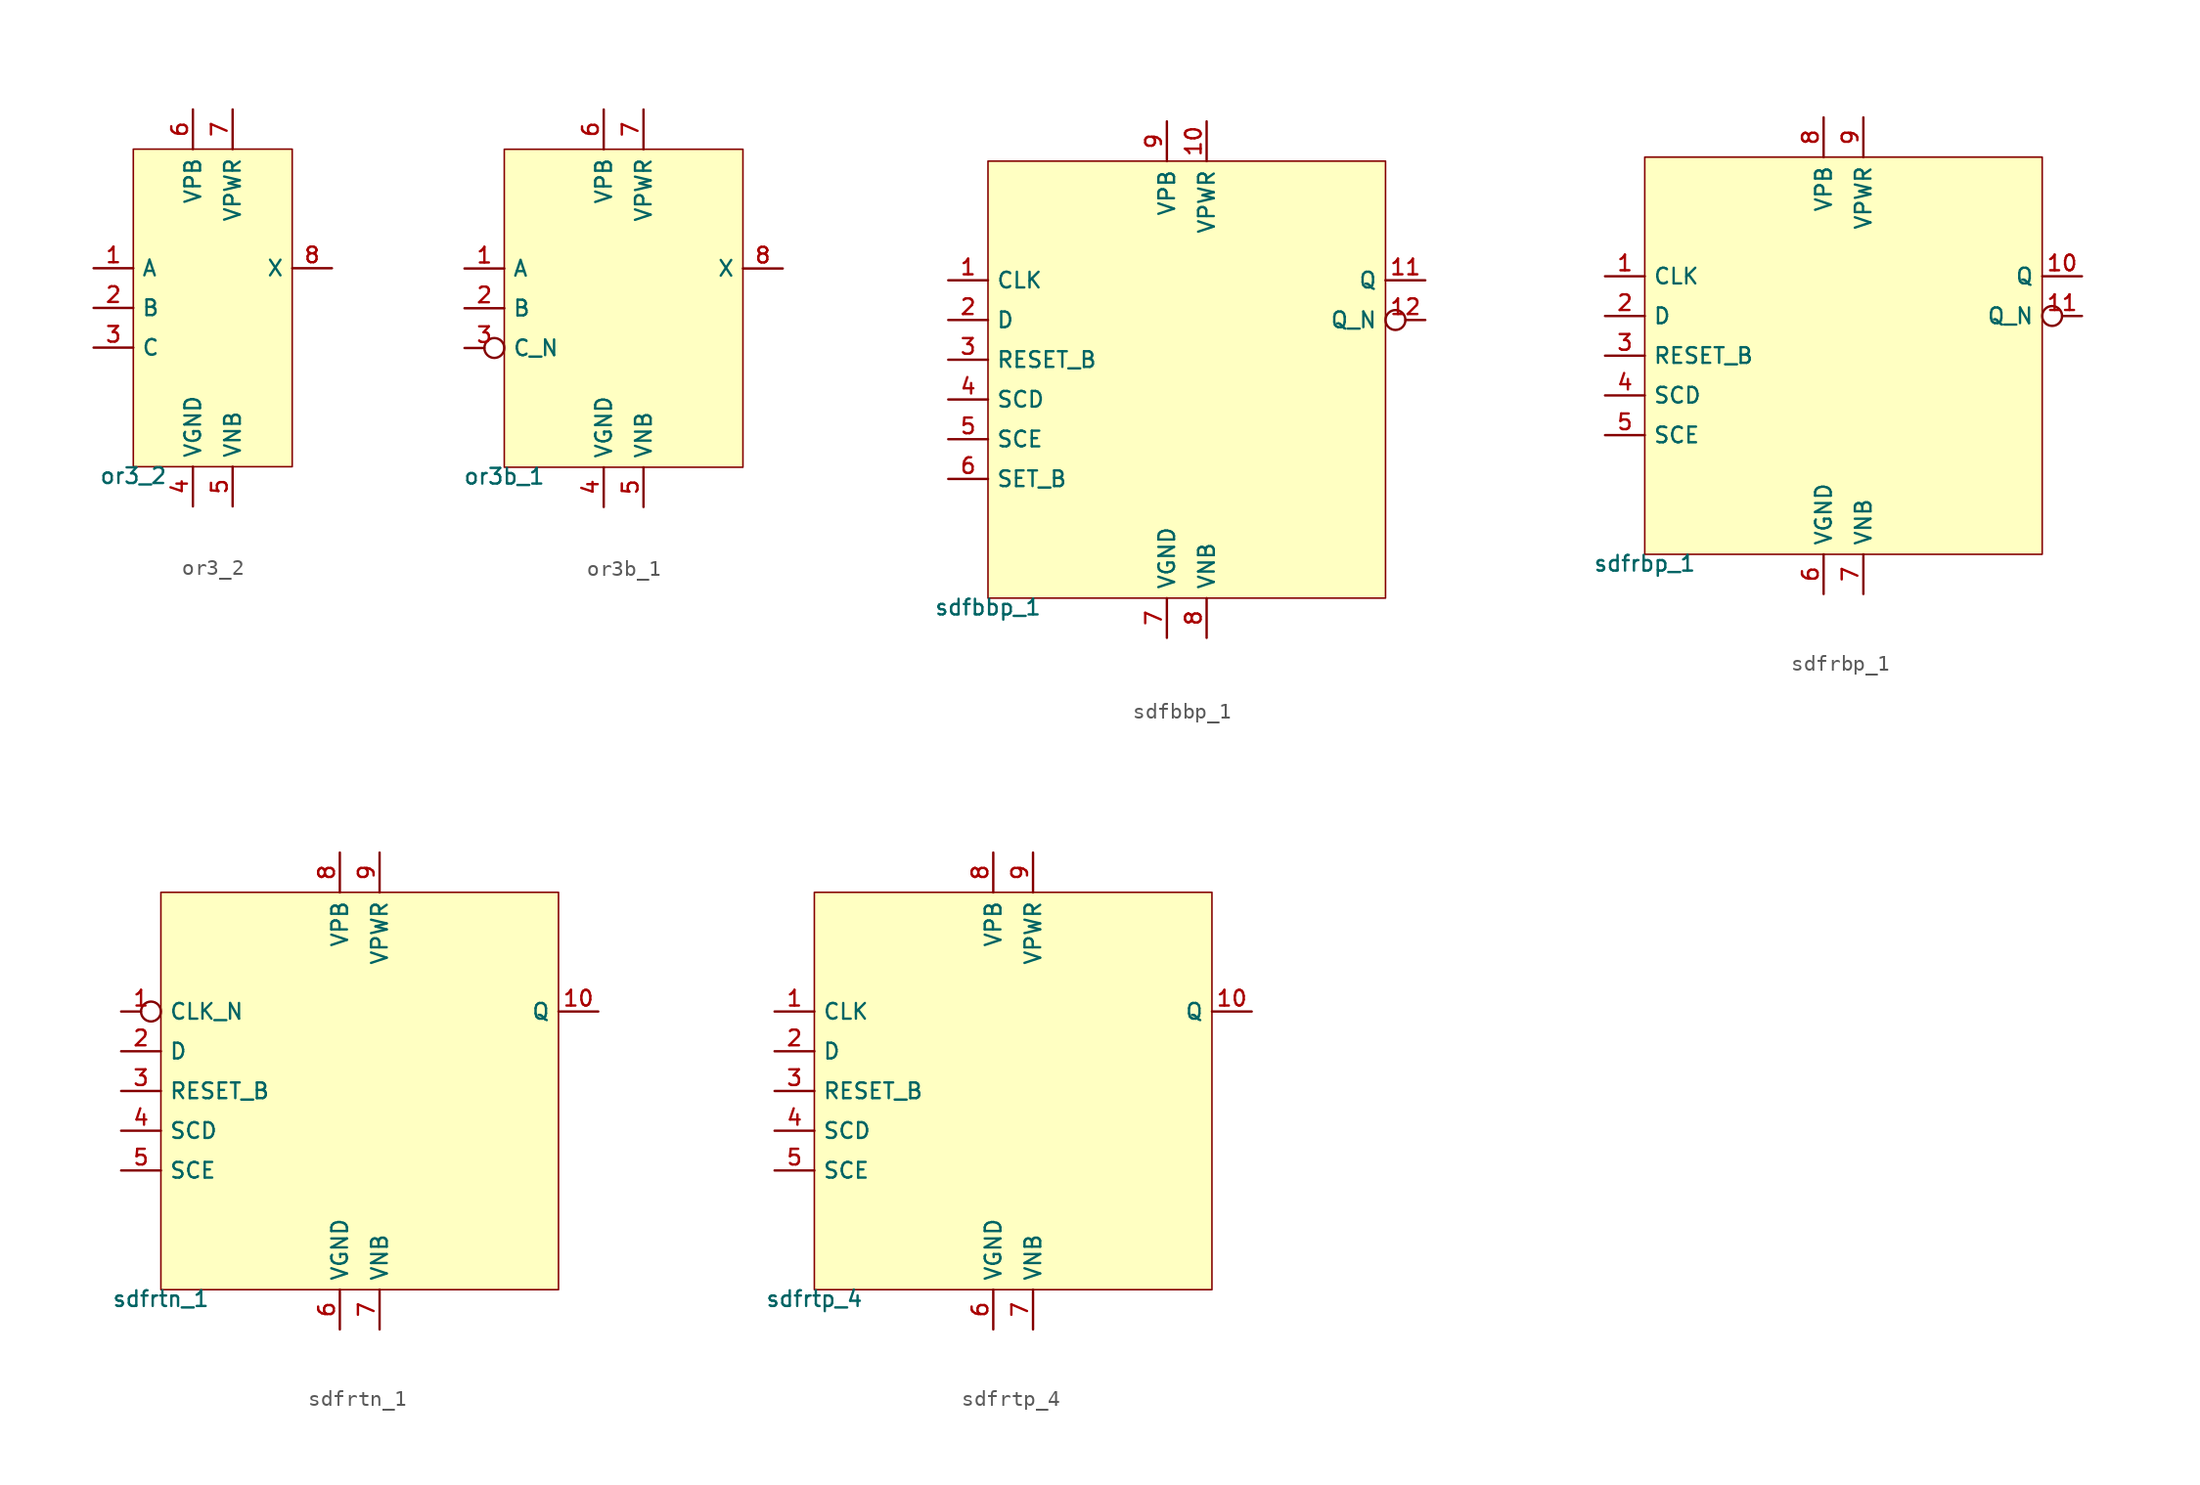
<source format=kicad_sym>
(kicad_symbol_lib
  (version 20211014)
  (generator pdk2kicad)
  (symbol "or3_2"
    (property "Reference" "X"
      (at 0 0 0)
      (effects (font (size 1 1)) hide))
    (property "Value" "or3_2"
      (at -5.08 -10.16 0)
      (effects (font (size 1 1)) (justify top)))
    (rectangle
      (start -5.08 -10.16)
      (end 5.08 10.16)
      (stroke (width 0.1) (type solid) (color 0 0 0 0))
      (fill (type background)))
    (pin input line
      (at -7.62 2.54 0)
      (length 2.54)
      (name "A" (effects (font (size 1 1)) hide))
      (number "1" (effects (font (size 1 1)) hide)))
    (pin input line
      (at -7.62 0.0 0)
      (length 2.54)
      (name "B" (effects (font (size 1 1)) hide))
      (number "2" (effects (font (size 1 1)) hide)))
    (pin input line
      (at -7.62 -2.54 0)
      (length 2.54)
      (name "C" (effects (font (size 1 1)) hide))
      (number "3" (effects (font (size 1 1)) hide)))
    (pin power_in line
      (at -1.27 -12.7 90)
      (length 2.54)
      (name "VGND" (effects (font (size 1 1)) hide))
      (number "4" (effects (font (size 1 1)) hide)))
    (pin power_in line
      (at 1.27 -12.7 90)
      (length 2.54)
      (name "VNB" (effects (font (size 1 1)) hide))
      (number "5" (effects (font (size 1 1)) hide)))
    (pin power_in line
      (at -1.27 12.7 270)
      (length 2.54)
      (name "VPB" (effects (font (size 1 1)) hide))
      (number "6" (effects (font (size 1 1)) hide)))
    (pin power_in line
      (at 1.27 12.7 270)
      (length 2.54)
      (name "VPWR" (effects (font (size 1 1)) hide))
      (number "7" (effects (font (size 1 1)) hide)))
    (pin output line
      (at 7.62 2.54 180)
      (length 2.54)
      (name "X" (effects (font (size 1 1)) hide))
      (number "8" (effects (font (size 1 1)) hide))))
  (symbol "or3b_1"
    (property "Reference" "X"
      (at 0 0 0)
      (effects (font (size 1 1)) hide))
    (property "Value" "or3b_1"
      (at -7.62 -10.16 0)
      (effects (font (size 1 1)) (justify top)))
    (rectangle
      (start -7.62 -10.16)
      (end 7.62 10.16)
      (stroke (width 0.1) (type solid) (color 0 0 0 0))
      (fill (type background)))
    (pin input line
      (at -10.16 2.54 0)
      (length 2.54)
      (name "A" (effects (font (size 1 1)) hide))
      (number "1" (effects (font (size 1 1)) hide)))
    (pin input line
      (at -10.16 0.0 0)
      (length 2.54)
      (name "B" (effects (font (size 1 1)) hide))
      (number "2" (effects (font (size 1 1)) hide)))
    (pin input inverted
      (at -10.16 -2.54 0)
      (length 2.54)
      (name "C_N" (effects (font (size 1 1)) hide))
      (number "3" (effects (font (size 1 1)) hide)))
    (pin power_in line
      (at -1.27 -12.7 90)
      (length 2.54)
      (name "VGND" (effects (font (size 1 1)) hide))
      (number "4" (effects (font (size 1 1)) hide)))
    (pin power_in line
      (at 1.27 -12.7 90)
      (length 2.54)
      (name "VNB" (effects (font (size 1 1)) hide))
      (number "5" (effects (font (size 1 1)) hide)))
    (pin power_in line
      (at -1.27 12.7 270)
      (length 2.54)
      (name "VPB" (effects (font (size 1 1)) hide))
      (number "6" (effects (font (size 1 1)) hide)))
    (pin power_in line
      (at 1.27 12.7 270)
      (length 2.54)
      (name "VPWR" (effects (font (size 1 1)) hide))
      (number "7" (effects (font (size 1 1)) hide)))
    (pin output line
      (at 10.16 2.54 180)
      (length 2.54)
      (name "X" (effects (font (size 1 1)) hide))
      (number "8" (effects (font (size 1 1)) hide))))
  (symbol "sdfbbp_1"
    (property "Reference" "X"
      (at 0 0 0)
      (effects (font (size 1 1)) hide))
    (property "Value" "sdfbbp_1"
      (at -12.7 -13.97 0)
      (effects (font (size 1 1)) (justify top)))
    (rectangle
      (start -12.7 -13.97)
      (end 12.7 13.97)
      (stroke (width 0.1) (type solid) (color 0 0 0 0))
      (fill (type background)))
    (pin input line
      (at -15.24 6.35 0)
      (length 2.54)
      (name "CLK" (effects (font (size 1 1)) hide))
      (number "1" (effects (font (size 1 1)) hide)))
    (pin input line
      (at -15.24 3.81 0)
      (length 2.54)
      (name "D" (effects (font (size 1 1)) hide))
      (number "2" (effects (font (size 1 1)) hide)))
    (pin input line
      (at -15.24 1.27 0)
      (length 2.54)
      (name "RESET_B" (effects (font (size 1 1)) hide))
      (number "3" (effects (font (size 1 1)) hide)))
    (pin input line
      (at -15.24 -1.27 0)
      (length 2.54)
      (name "SCD" (effects (font (size 1 1)) hide))
      (number "4" (effects (font (size 1 1)) hide)))
    (pin input line
      (at -15.24 -3.81 0)
      (length 2.54)
      (name "SCE" (effects (font (size 1 1)) hide))
      (number "5" (effects (font (size 1 1)) hide)))
    (pin input line
      (at -15.24 -6.35 0)
      (length 2.54)
      (name "SET_B" (effects (font (size 1 1)) hide))
      (number "6" (effects (font (size 1 1)) hide)))
    (pin power_in line
      (at -1.27 -16.51 90)
      (length 2.54)
      (name "VGND" (effects (font (size 1 1)) hide))
      (number "7" (effects (font (size 1 1)) hide)))
    (pin power_in line
      (at 1.27 -16.51 90)
      (length 2.54)
      (name "VNB" (effects (font (size 1 1)) hide))
      (number "8" (effects (font (size 1 1)) hide)))
    (pin power_in line
      (at -1.27 16.51 270)
      (length 2.54)
      (name "VPB" (effects (font (size 1 1)) hide))
      (number "9" (effects (font (size 1 1)) hide)))
    (pin power_in line
      (at 1.27 16.51 270)
      (length 2.54)
      (name "VPWR" (effects (font (size 1 1)) hide))
      (number "10" (effects (font (size 1 1)) hide)))
    (pin output line
      (at 15.24 6.35 180)
      (length 2.54)
      (name "Q" (effects (font (size 1 1)) hide))
      (number "11" (effects (font (size 1 1)) hide)))
    (pin output inverted
      (at 15.24 3.81 180)
      (length 2.54)
      (name "Q_N" (effects (font (size 1 1)) hide))
      (number "12" (effects (font (size 1 1)) hide))))
  (symbol "sdfrbp_1"
    (property "Reference" "X"
      (at 0 0 0)
      (effects (font (size 1 1)) hide))
    (property "Value" "sdfrbp_1"
      (at -12.7 -12.7 0)
      (effects (font (size 1 1)) (justify top)))
    (rectangle
      (start -12.7 -12.7)
      (end 12.7 12.7)
      (stroke (width 0.1) (type solid) (color 0 0 0 0))
      (fill (type background)))
    (pin input line
      (at -15.24 5.08 0)
      (length 2.54)
      (name "CLK" (effects (font (size 1 1)) hide))
      (number "1" (effects (font (size 1 1)) hide)))
    (pin input line
      (at -15.24 2.54 0)
      (length 2.54)
      (name "D" (effects (font (size 1 1)) hide))
      (number "2" (effects (font (size 1 1)) hide)))
    (pin input line
      (at -15.24 -8.881784197001252e-16 0)
      (length 2.54)
      (name "RESET_B" (effects (font (size 1 1)) hide))
      (number "3" (effects (font (size 1 1)) hide)))
    (pin input line
      (at -15.24 -2.54 0)
      (length 2.54)
      (name "SCD" (effects (font (size 1 1)) hide))
      (number "4" (effects (font (size 1 1)) hide)))
    (pin input line
      (at -15.24 -5.08 0)
      (length 2.54)
      (name "SCE" (effects (font (size 1 1)) hide))
      (number "5" (effects (font (size 1 1)) hide)))
    (pin power_in line
      (at -1.27 -15.24 90)
      (length 2.54)
      (name "VGND" (effects (font (size 1 1)) hide))
      (number "6" (effects (font (size 1 1)) hide)))
    (pin power_in line
      (at 1.27 -15.24 90)
      (length 2.54)
      (name "VNB" (effects (font (size 1 1)) hide))
      (number "7" (effects (font (size 1 1)) hide)))
    (pin power_in line
      (at -1.27 15.24 270)
      (length 2.54)
      (name "VPB" (effects (font (size 1 1)) hide))
      (number "8" (effects (font (size 1 1)) hide)))
    (pin power_in line
      (at 1.27 15.24 270)
      (length 2.54)
      (name "VPWR" (effects (font (size 1 1)) hide))
      (number "9" (effects (font (size 1 1)) hide)))
    (pin output line
      (at 15.24 5.08 180)
      (length 2.54)
      (name "Q" (effects (font (size 1 1)) hide))
      (number "10" (effects (font (size 1 1)) hide)))
    (pin output inverted
      (at 15.24 2.54 180)
      (length 2.54)
      (name "Q_N" (effects (font (size 1 1)) hide))
      (number "11" (effects (font (size 1 1)) hide))))
  (symbol "sdfrtn_1"
    (property "Reference" "X"
      (at 0 0 0)
      (effects (font (size 1 1)) hide))
    (property "Value" "sdfrtn_1"
      (at -12.7 -12.7 0)
      (effects (font (size 1 1)) (justify top)))
    (rectangle
      (start -12.7 -12.7)
      (end 12.7 12.7)
      (stroke (width 0.1) (type solid) (color 0 0 0 0))
      (fill (type background)))
    (pin input inverted
      (at -15.24 5.08 0)
      (length 2.54)
      (name "CLK_N" (effects (font (size 1 1)) hide))
      (number "1" (effects (font (size 1 1)) hide)))
    (pin input line
      (at -15.24 2.54 0)
      (length 2.54)
      (name "D" (effects (font (size 1 1)) hide))
      (number "2" (effects (font (size 1 1)) hide)))
    (pin input line
      (at -15.24 -8.881784197001252e-16 0)
      (length 2.54)
      (name "RESET_B" (effects (font (size 1 1)) hide))
      (number "3" (effects (font (size 1 1)) hide)))
    (pin input line
      (at -15.24 -2.54 0)
      (length 2.54)
      (name "SCD" (effects (font (size 1 1)) hide))
      (number "4" (effects (font (size 1 1)) hide)))
    (pin input line
      (at -15.24 -5.08 0)
      (length 2.54)
      (name "SCE" (effects (font (size 1 1)) hide))
      (number "5" (effects (font (size 1 1)) hide)))
    (pin power_in line
      (at -1.27 -15.24 90)
      (length 2.54)
      (name "VGND" (effects (font (size 1 1)) hide))
      (number "6" (effects (font (size 1 1)) hide)))
    (pin power_in line
      (at 1.27 -15.24 90)
      (length 2.54)
      (name "VNB" (effects (font (size 1 1)) hide))
      (number "7" (effects (font (size 1 1)) hide)))
    (pin power_in line
      (at -1.27 15.24 270)
      (length 2.54)
      (name "VPB" (effects (font (size 1 1)) hide))
      (number "8" (effects (font (size 1 1)) hide)))
    (pin power_in line
      (at 1.27 15.24 270)
      (length 2.54)
      (name "VPWR" (effects (font (size 1 1)) hide))
      (number "9" (effects (font (size 1 1)) hide)))
    (pin output line
      (at 15.24 5.08 180)
      (length 2.54)
      (name "Q" (effects (font (size 1 1)) hide))
      (number "10" (effects (font (size 1 1)) hide))))
  (symbol "sdfrtp_4"
    (property "Reference" "X"
      (at 0 0 0)
      (effects (font (size 1 1)) hide))
    (property "Value" "sdfrtp_4"
      (at -12.7 -12.7 0)
      (effects (font (size 1 1)) (justify top)))
    (rectangle
      (start -12.7 -12.7)
      (end 12.7 12.7)
      (stroke (width 0.1) (type solid) (color 0 0 0 0))
      (fill (type background)))
    (pin input line
      (at -15.24 5.08 0)
      (length 2.54)
      (name "CLK" (effects (font (size 1 1)) hide))
      (number "1" (effects (font (size 1 1)) hide)))
    (pin input line
      (at -15.24 2.54 0)
      (length 2.54)
      (name "D" (effects (font (size 1 1)) hide))
      (number "2" (effects (font (size 1 1)) hide)))
    (pin input line
      (at -15.24 -8.881784197001252e-16 0)
      (length 2.54)
      (name "RESET_B" (effects (font (size 1 1)) hide))
      (number "3" (effects (font (size 1 1)) hide)))
    (pin input line
      (at -15.24 -2.54 0)
      (length 2.54)
      (name "SCD" (effects (font (size 1 1)) hide))
      (number "4" (effects (font (size 1 1)) hide)))
    (pin input line
      (at -15.24 -5.08 0)
      (length 2.54)
      (name "SCE" (effects (font (size 1 1)) hide))
      (number "5" (effects (font (size 1 1)) hide)))
    (pin power_in line
      (at -1.27 -15.24 90)
      (length 2.54)
      (name "VGND" (effects (font (size 1 1)) hide))
      (number "6" (effects (font (size 1 1)) hide)))
    (pin power_in line
      (at 1.27 -15.24 90)
      (length 2.54)
      (name "VNB" (effects (font (size 1 1)) hide))
      (number "7" (effects (font (size 1 1)) hide)))
    (pin power_in line
      (at -1.27 15.24 270)
      (length 2.54)
      (name "VPB" (effects (font (size 1 1)) hide))
      (number "8" (effects (font (size 1 1)) hide)))
    (pin power_in line
      (at 1.27 15.24 270)
      (length 2.54)
      (name "VPWR" (effects (font (size 1 1)) hide))
      (number "9" (effects (font (size 1 1)) hide)))
    (pin output line
      (at 15.24 5.08 180)
      (length 2.54)
      (name "Q" (effects (font (size 1 1)) hide))
      (number "10" (effects (font (size 1 1)) hide)))))
</source>
